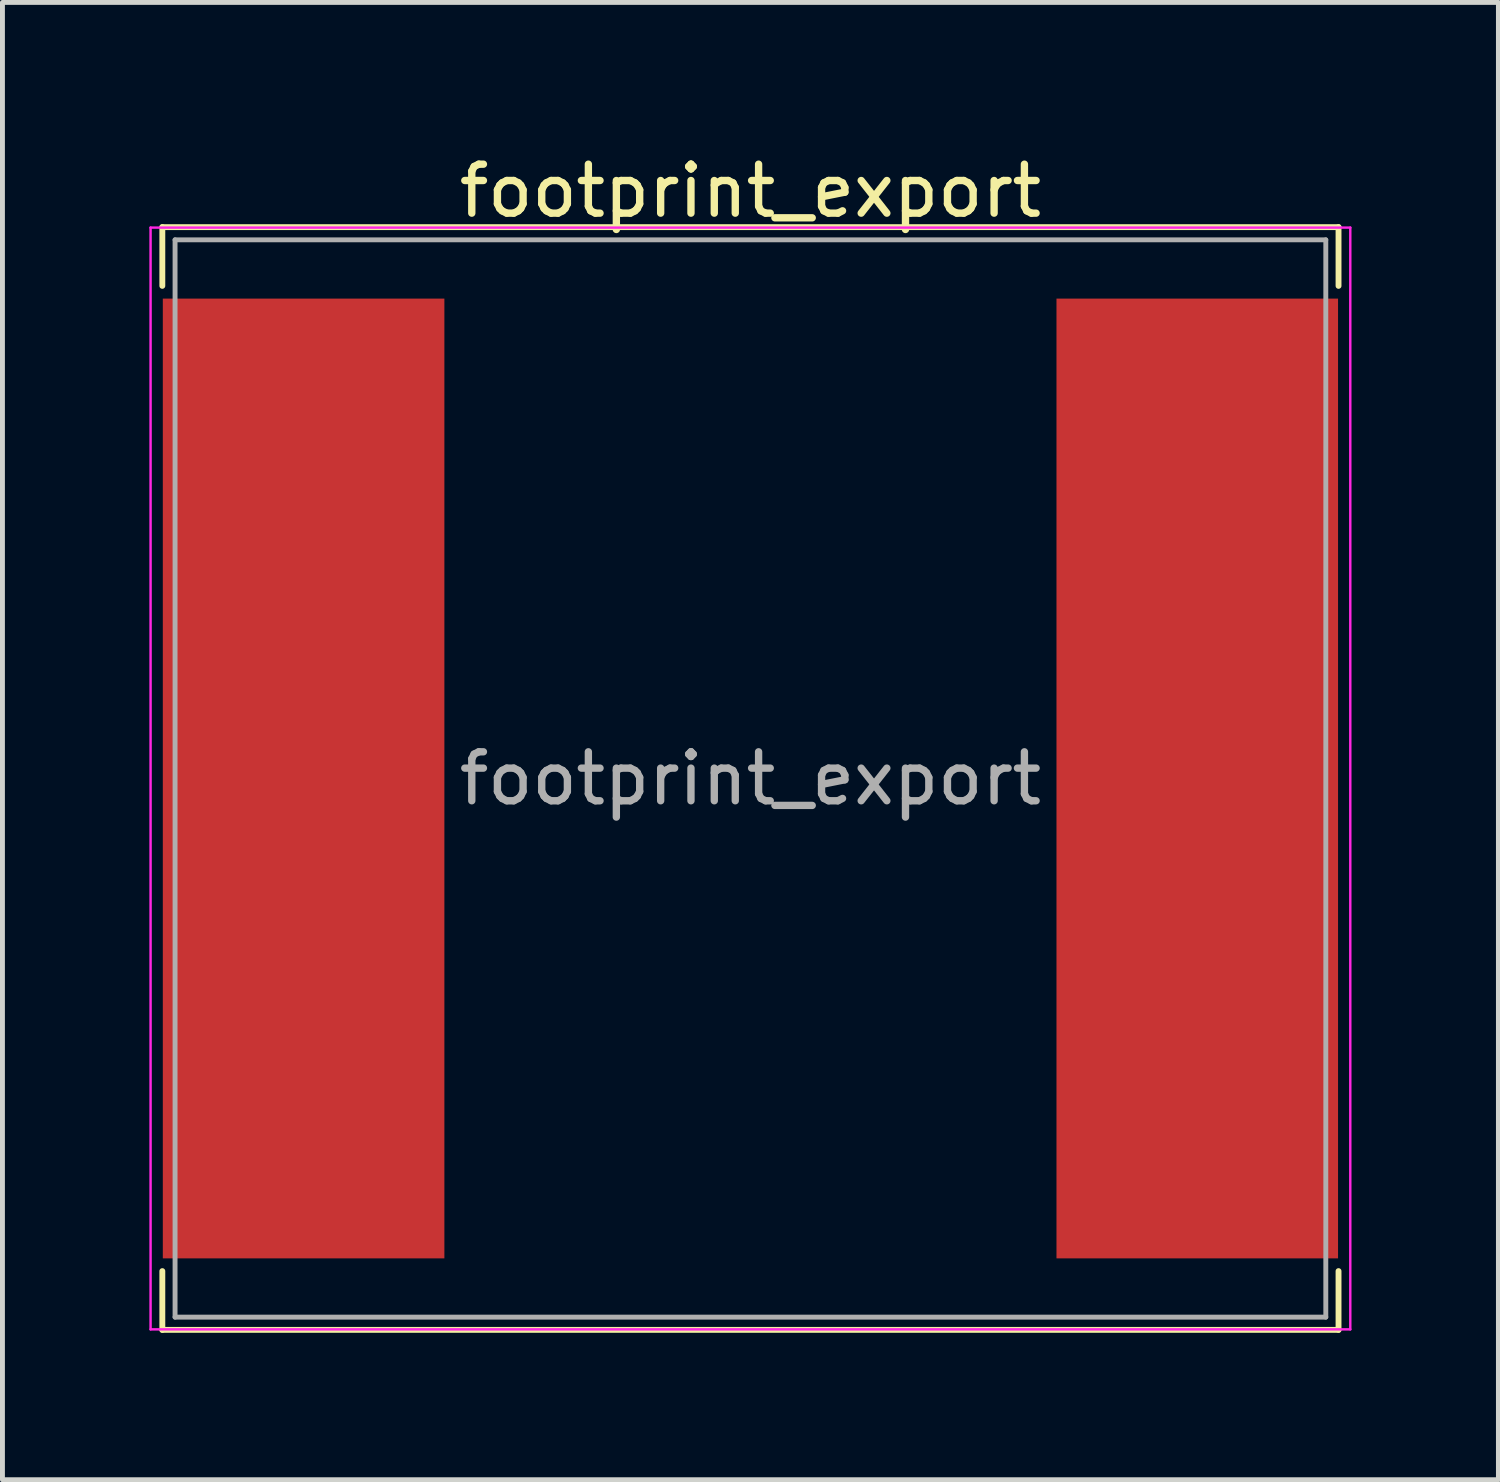
<source format=kicad_pcb>
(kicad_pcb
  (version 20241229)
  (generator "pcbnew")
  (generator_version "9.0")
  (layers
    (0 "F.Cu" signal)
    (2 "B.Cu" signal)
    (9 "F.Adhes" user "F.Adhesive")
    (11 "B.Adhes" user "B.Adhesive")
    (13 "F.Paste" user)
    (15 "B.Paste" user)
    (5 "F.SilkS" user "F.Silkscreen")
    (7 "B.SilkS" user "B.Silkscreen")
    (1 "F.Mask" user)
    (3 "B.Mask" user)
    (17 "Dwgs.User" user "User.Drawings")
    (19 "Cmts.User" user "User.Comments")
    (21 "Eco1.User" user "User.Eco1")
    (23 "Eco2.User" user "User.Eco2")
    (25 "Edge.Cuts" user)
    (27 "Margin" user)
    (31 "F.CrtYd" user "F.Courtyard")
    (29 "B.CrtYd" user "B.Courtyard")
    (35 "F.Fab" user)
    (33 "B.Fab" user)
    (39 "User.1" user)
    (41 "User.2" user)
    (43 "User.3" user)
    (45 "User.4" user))
  (footprint "footprint_export"
    (layer "F.Cu")
    (at 12.275 12.848)
    (property "Reference" "footprint_export" (at 0 -12 0) (layer "F.SilkS") (effects (font (size 1 1) (thickness 0.15))))
    (attr smd)
    (fp_line (start -12.01 -11.26) (end -12.01 -10.06) (stroke (width 0.12) (type solid)) (layer "F.SilkS"))
    (fp_line (start -12.01 -11.26) (end 12.01 -11.26) (stroke (width 0.12) (type solid)) (layer "F.SilkS"))
    (fp_line (start -12.01 11.26) (end -12.01 10.06) (stroke (width 0.12) (type solid)) (layer "F.SilkS"))
    (fp_line (start -12.01 11.26) (end 12.01 11.26) (stroke (width 0.12) (type solid)) (layer "F.SilkS"))
    (fp_line (start 12.01 -11.26) (end 12.01 -10.06) (stroke (width 0.12) (type solid)) (layer "F.SilkS"))
    (fp_line (start 12.01 11.26) (end 12.01 10.06) (stroke (width 0.12) (type solid)) (layer "F.SilkS"))
    (fp_line (start -12.25 -11.25) (end -12.25 11.25) (stroke (width 0.05) (type solid)) (layer "F.CrtYd"))
    (fp_line (start -12.25 11.25) (end 12.25 11.25) (stroke (width 0.05) (type solid)) (layer "F.CrtYd"))
    (fp_line (start 12.25 -11.25) (end -12.25 -11.25) (stroke (width 0.05) (type solid)) (layer "F.CrtYd"))
    (fp_line (start 12.25 11.25) (end 12.25 -11.25) (stroke (width 0.05) (type solid)) (layer "F.CrtYd"))
    (fp_line (start -11.75 -11) (end -11.75 11) (stroke (width 0.1) (type solid)) (layer "F.Fab"))
    (fp_line (start -11.75 11) (end 11.75 11) (stroke (width 0.1) (type solid)) (layer "F.Fab"))
    (fp_line (start 11.75 -11) (end -11.75 -11) (stroke (width 0.1) (type solid)) (layer "F.Fab"))
    (fp_line (start 11.75 11) (end 11.75 -11) (stroke (width 0.1) (type solid)) (layer "F.Fab"))
    (fp_text user "${REFERENCE}" (at 0 0 0) (layer "F.Fab") (effects (font (size 1 1) (thickness 0.15))))
    (pad "1" smd rect (at -9.125 0) (size 5.75 19.6) (layers "F.Cu" "F.Mask" "F.Paste"))
    (pad "2" smd rect (at 9.125 0) (size 5.75 19.6) (layers "F.Cu" "F.Mask" "F.Paste")))
  (gr_rect
    (start -3 -3)
    (end 27.55 27.168)
    (stroke (width 0.1) (type default))
    (fill no)
    (layer "Edge.Cuts")))
</source>
